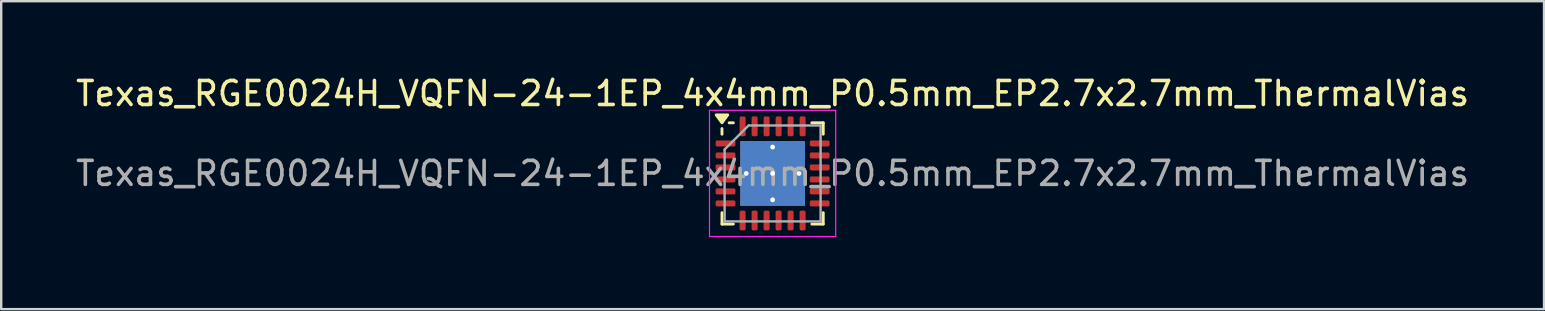
<source format=kicad_pcb>
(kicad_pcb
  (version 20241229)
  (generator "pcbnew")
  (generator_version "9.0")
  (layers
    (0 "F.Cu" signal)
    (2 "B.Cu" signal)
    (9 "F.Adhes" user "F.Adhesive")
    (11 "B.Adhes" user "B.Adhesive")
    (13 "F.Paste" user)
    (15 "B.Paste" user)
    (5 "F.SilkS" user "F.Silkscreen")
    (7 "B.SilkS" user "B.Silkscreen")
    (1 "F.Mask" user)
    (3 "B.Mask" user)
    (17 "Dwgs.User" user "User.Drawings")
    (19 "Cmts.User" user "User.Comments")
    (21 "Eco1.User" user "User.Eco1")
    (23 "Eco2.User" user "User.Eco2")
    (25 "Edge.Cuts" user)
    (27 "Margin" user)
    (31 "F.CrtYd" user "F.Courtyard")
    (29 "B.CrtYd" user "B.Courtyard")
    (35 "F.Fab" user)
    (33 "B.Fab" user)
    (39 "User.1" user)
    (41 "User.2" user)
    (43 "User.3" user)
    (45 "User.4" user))
  (footprint "Texas_RGE0024H_VQFN-24-1EP_4x4mm_P0.5mm_EP2.7x2.7mm_ThermalVias"
    (layer "F.Cu")
    (at 29.149 4.178)
    (property "Reference" "Texas_RGE0024H_VQFN-24-1EP_4x4mm_P0.5mm_EP2.7x2.7mm_ThermalVias" (at 0 -3.33 0) (layer "F.SilkS") (effects (font (size 1 1) (thickness 0.15))))
    (attr smd)
    (fp_line (start -2.11 -1.635) (end -2.11 -1.87) (stroke (width 0.12) (type solid)) (layer "F.SilkS"))
    (fp_line (start -2.11 2.11) (end -2.11 1.635) (stroke (width 0.12) (type solid)) (layer "F.SilkS"))
    (fp_line (start -1.635 -2.11) (end -1.81 -2.11) (stroke (width 0.12) (type solid)) (layer "F.SilkS"))
    (fp_line (start -1.635 2.11) (end -2.11 2.11) (stroke (width 0.12) (type solid)) (layer "F.SilkS"))
    (fp_line (start 1.635 -2.11) (end 2.11 -2.11) (stroke (width 0.12) (type solid)) (layer "F.SilkS"))
    (fp_line (start 1.635 2.11) (end 2.11 2.11) (stroke (width 0.12) (type solid)) (layer "F.SilkS"))
    (fp_line (start 2.11 -2.11) (end 2.11 -1.635) (stroke (width 0.12) (type solid)) (layer "F.SilkS"))
    (fp_line (start 2.11 2.11) (end 2.11 1.635) (stroke (width 0.12) (type solid)) (layer "F.SilkS"))
    (fp_poly (pts (xy -2.11 -2.11) (xy -2.35 -2.44) (xy -1.87 -2.44) (xy -2.11 -2.11)) (stroke (width 0.12) (type solid)) (fill yes) (layer "F.SilkS"))
    (fp_line (start -2.63 -2.63) (end -2.63 2.63) (stroke (width 0.05) (type solid)) (layer "F.CrtYd"))
    (fp_line (start -2.63 2.63) (end 2.63 2.63) (stroke (width 0.05) (type solid)) (layer "F.CrtYd"))
    (fp_line (start 2.63 -2.63) (end -2.63 -2.63) (stroke (width 0.05) (type solid)) (layer "F.CrtYd"))
    (fp_line (start 2.63 2.63) (end 2.63 -2.63) (stroke (width 0.05) (type solid)) (layer "F.CrtYd"))
    (fp_line (start -2 -1) (end -1 -2) (stroke (width 0.1) (type solid)) (layer "F.Fab"))
    (fp_line (start -2 2) (end -2 -1) (stroke (width 0.1) (type solid)) (layer "F.Fab"))
    (fp_line (start -1 -2) (end 2 -2) (stroke (width 0.1) (type solid)) (layer "F.Fab"))
    (fp_line (start 2 -2) (end 2 2) (stroke (width 0.1) (type solid)) (layer "F.Fab"))
    (fp_line (start 2 2) (end -2 2) (stroke (width 0.1) (type solid)) (layer "F.Fab"))
    (fp_text user "${REFERENCE}" (at 0 0 0) (layer "F.Fab") (effects (font (size 1 1) (thickness 0.15))))
    (pad "" smd roundrect (at -0.675 -0.675) (size 1.17 1.17) (layers "F.Paste") (roundrect_rratio 0.214))
    (pad "" smd roundrect (at -0.675 0.675) (size 1.17 1.17) (layers "F.Paste") (roundrect_rratio 0.214))
    (pad "" smd roundrect (at 0.675 -0.675) (size 1.17 1.17) (layers "F.Paste") (roundrect_rratio 0.214))
    (pad "" smd roundrect (at 0.675 0.675) (size 1.17 1.17) (layers "F.Paste") (roundrect_rratio 0.214))
    (pad "1" smd roundrect (at -1.962 -1.25) (size 0.825 0.25) (layers "F.Cu" "F.Mask" "F.Paste") (roundrect_rratio 0.25))
    (pad "2" smd roundrect (at -1.962 -0.75) (size 0.825 0.25) (layers "F.Cu" "F.Mask" "F.Paste") (roundrect_rratio 0.25))
    (pad "3" smd roundrect (at -1.962 -0.25) (size 0.825 0.25) (layers "F.Cu" "F.Mask" "F.Paste") (roundrect_rratio 0.25))
    (pad "4" smd roundrect (at -1.962 0.25) (size 0.825 0.25) (layers "F.Cu" "F.Mask" "F.Paste") (roundrect_rratio 0.25))
    (pad "5" smd roundrect (at -1.962 0.75) (size 0.825 0.25) (layers "F.Cu" "F.Mask" "F.Paste") (roundrect_rratio 0.25))
    (pad "6" smd roundrect (at -1.962 1.25) (size 0.825 0.25) (layers "F.Cu" "F.Mask" "F.Paste") (roundrect_rratio 0.25))
    (pad "7" smd roundrect (at -1.25 1.962) (size 0.25 0.825) (layers "F.Cu" "F.Mask" "F.Paste") (roundrect_rratio 0.25))
    (pad "8" smd roundrect (at -0.75 1.962) (size 0.25 0.825) (layers "F.Cu" "F.Mask" "F.Paste") (roundrect_rratio 0.25))
    (pad "9" smd roundrect (at -0.25 1.962) (size 0.25 0.825) (layers "F.Cu" "F.Mask" "F.Paste") (roundrect_rratio 0.25))
    (pad "10" smd roundrect (at 0.25 1.962) (size 0.25 0.825) (layers "F.Cu" "F.Mask" "F.Paste") (roundrect_rratio 0.25))
    (pad "11" smd roundrect (at 0.75 1.962) (size 0.25 0.825) (layers "F.Cu" "F.Mask" "F.Paste") (roundrect_rratio 0.25))
    (pad "12" smd roundrect (at 1.25 1.962) (size 0.25 0.825) (layers "F.Cu" "F.Mask" "F.Paste") (roundrect_rratio 0.25))
    (pad "13" smd roundrect (at 1.962 1.25) (size 0.825 0.25) (layers "F.Cu" "F.Mask" "F.Paste") (roundrect_rratio 0.25))
    (pad "14" smd roundrect (at 1.962 0.75) (size 0.825 0.25) (layers "F.Cu" "F.Mask" "F.Paste") (roundrect_rratio 0.25))
    (pad "15" smd roundrect (at 1.962 0.25) (size 0.825 0.25) (layers "F.Cu" "F.Mask" "F.Paste") (roundrect_rratio 0.25))
    (pad "16" smd roundrect (at 1.962 -0.25) (size 0.825 0.25) (layers "F.Cu" "F.Mask" "F.Paste") (roundrect_rratio 0.25))
    (pad "17" smd roundrect (at 1.962 -0.75) (size 0.825 0.25) (layers "F.Cu" "F.Mask" "F.Paste") (roundrect_rratio 0.25))
    (pad "18" smd roundrect (at 1.962 -1.25) (size 0.825 0.25) (layers "F.Cu" "F.Mask" "F.Paste") (roundrect_rratio 0.25))
    (pad "19" smd roundrect (at 1.25 -1.962) (size 0.25 0.825) (layers "F.Cu" "F.Mask" "F.Paste") (roundrect_rratio 0.25))
    (pad "20" smd roundrect (at 0.75 -1.962) (size 0.25 0.825) (layers "F.Cu" "F.Mask" "F.Paste") (roundrect_rratio 0.25))
    (pad "21" smd roundrect (at 0.25 -1.962) (size 0.25 0.825) (layers "F.Cu" "F.Mask" "F.Paste") (roundrect_rratio 0.25))
    (pad "22" smd roundrect (at -0.25 -1.962) (size 0.25 0.825) (layers "F.Cu" "F.Mask" "F.Paste") (roundrect_rratio 0.25))
    (pad "23" smd roundrect (at -0.75 -1.962) (size 0.25 0.825) (layers "F.Cu" "F.Mask" "F.Paste") (roundrect_rratio 0.25))
    (pad "24" smd roundrect (at -1.25 -1.962) (size 0.25 0.825) (layers "F.Cu" "F.Mask" "F.Paste") (roundrect_rratio 0.25))
    (pad "25" thru_hole circle (at -1.1 0) (size 0.5 0.5) (drill 0.2) (property pad_prop_heatsink) (layers "*.Cu"))
    (pad "25" thru_hole circle (at 0 -1.1) (size 0.5 0.5) (drill 0.2) (property pad_prop_heatsink) (layers "*.Cu"))
    (pad "25" thru_hole circle (at 0 0) (size 0.5 0.5) (drill 0.2) (property pad_prop_heatsink) (layers "*.Cu"))
    (pad "25" smd rect (at 0 0) (size 2.7 2.7) (property pad_prop_heatsink) (layers "F.Cu" "F.Mask"))
    (pad "25" smd rect (at 0 0) (size 2.7 2.7) (property pad_prop_heatsink) (layers "B.Cu"))
    (pad "25" thru_hole circle (at 0 1.1) (size 0.5 0.5) (drill 0.2) (property pad_prop_heatsink) (layers "*.Cu"))
    (pad "25" thru_hole circle (at 1.1 0) (size 0.5 0.5) (drill 0.2) (property pad_prop_heatsink) (layers "*.Cu")))
  (gr_rect
    (start -3 -3)
    (end 61.298 9.833)
    (stroke (width 0.1) (type default))
    (fill no)
    (layer "Edge.Cuts")))
</source>
